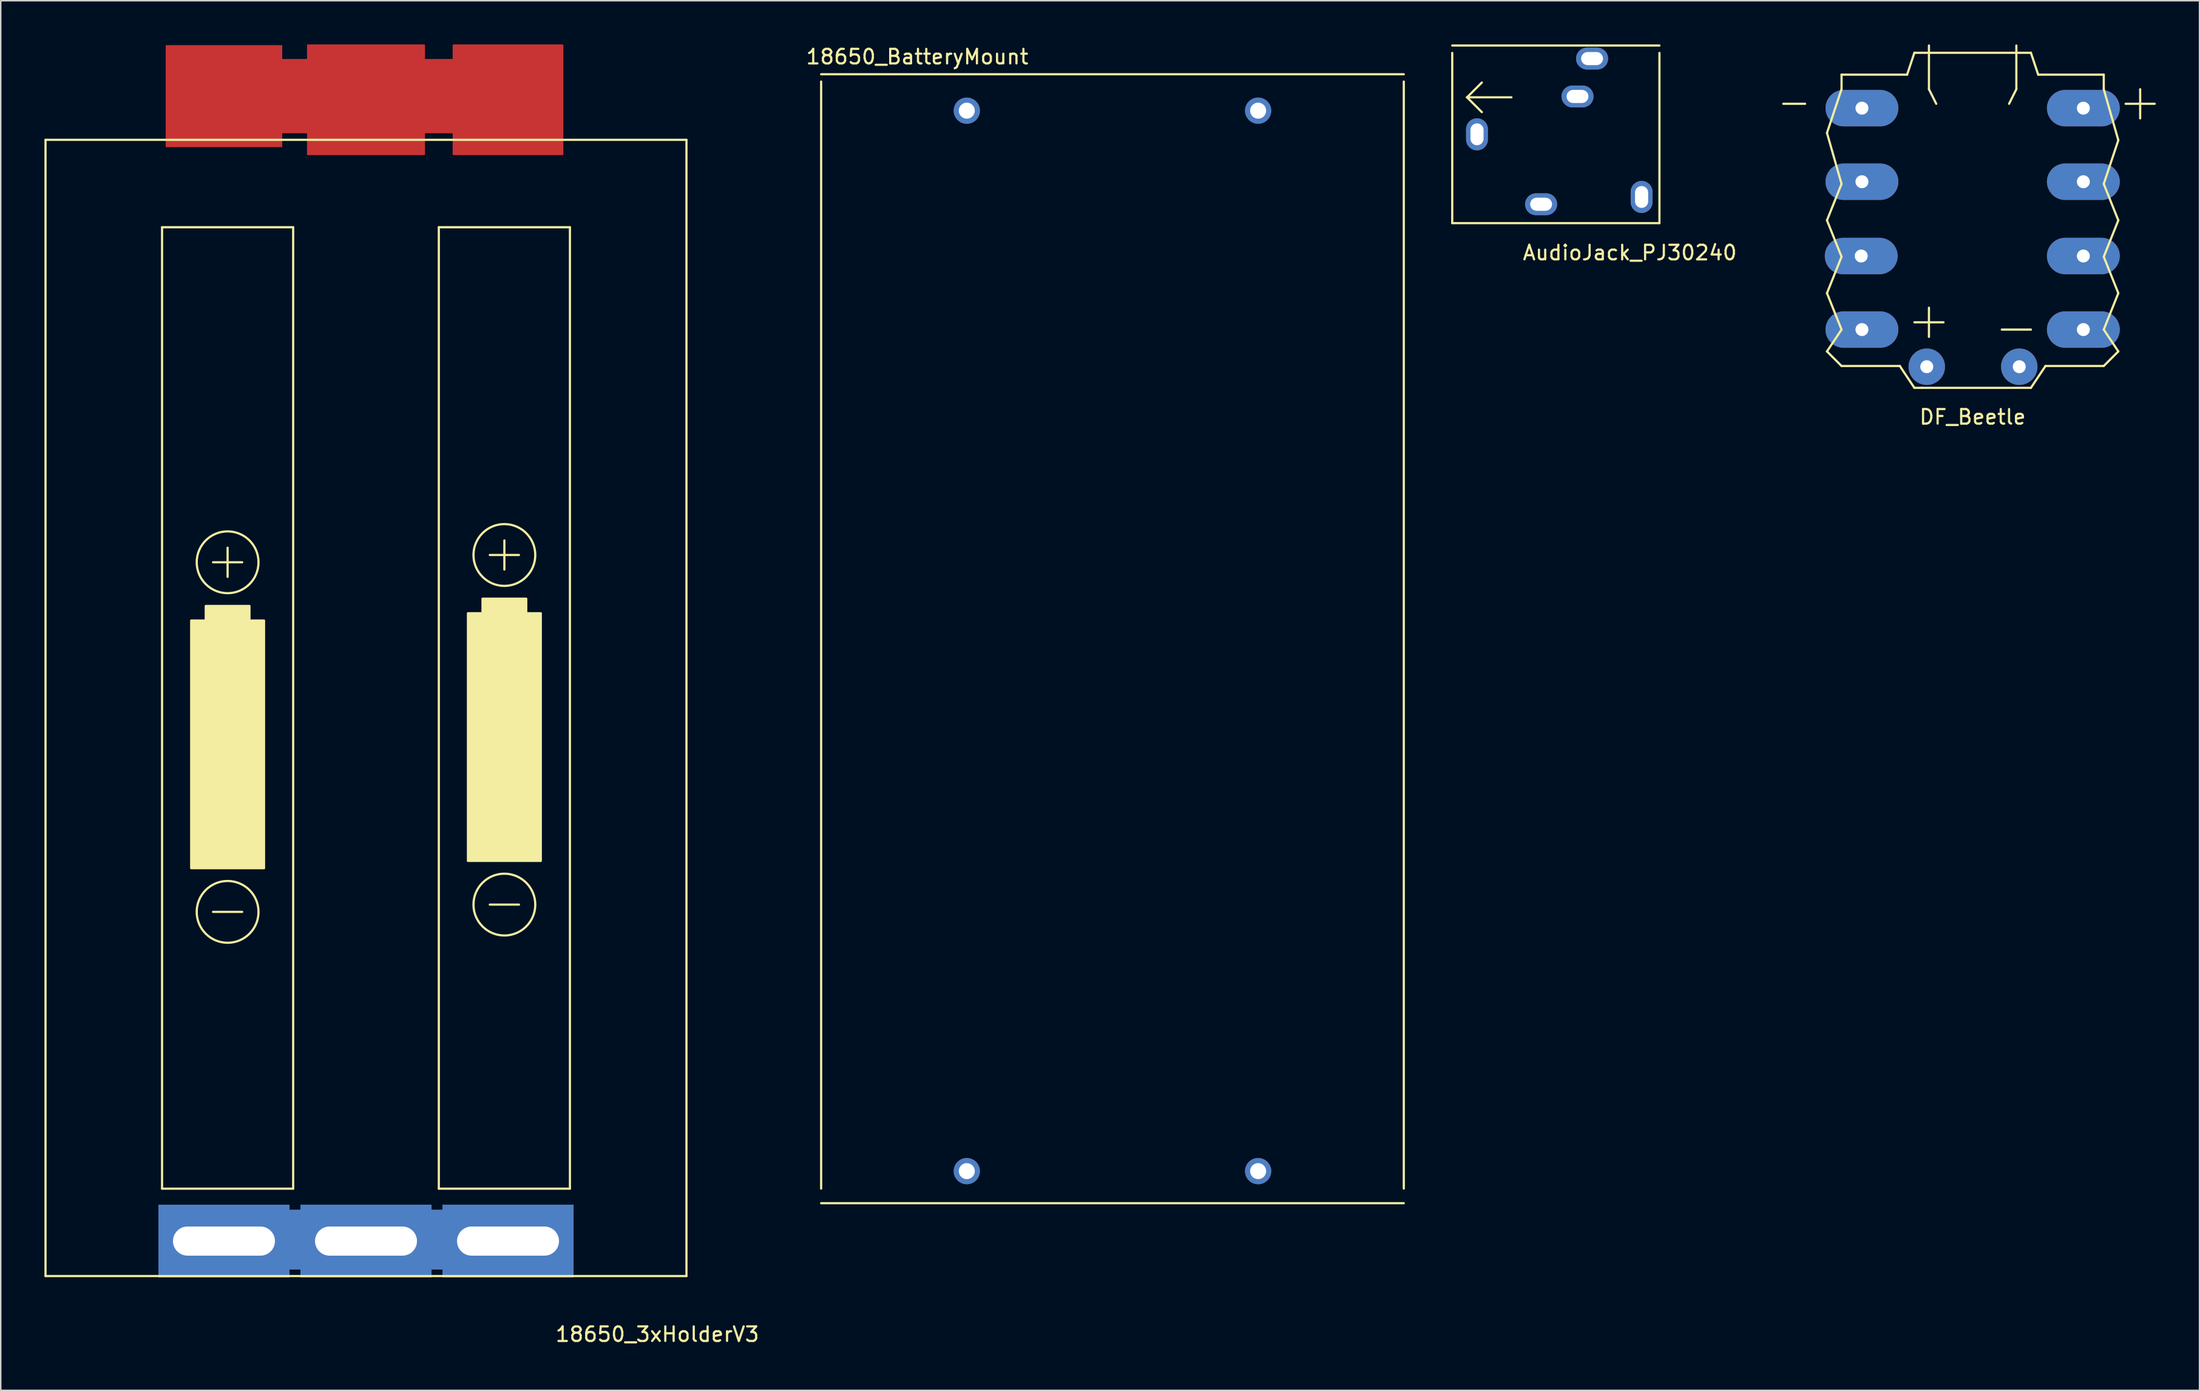
<source format=kicad_pcb>
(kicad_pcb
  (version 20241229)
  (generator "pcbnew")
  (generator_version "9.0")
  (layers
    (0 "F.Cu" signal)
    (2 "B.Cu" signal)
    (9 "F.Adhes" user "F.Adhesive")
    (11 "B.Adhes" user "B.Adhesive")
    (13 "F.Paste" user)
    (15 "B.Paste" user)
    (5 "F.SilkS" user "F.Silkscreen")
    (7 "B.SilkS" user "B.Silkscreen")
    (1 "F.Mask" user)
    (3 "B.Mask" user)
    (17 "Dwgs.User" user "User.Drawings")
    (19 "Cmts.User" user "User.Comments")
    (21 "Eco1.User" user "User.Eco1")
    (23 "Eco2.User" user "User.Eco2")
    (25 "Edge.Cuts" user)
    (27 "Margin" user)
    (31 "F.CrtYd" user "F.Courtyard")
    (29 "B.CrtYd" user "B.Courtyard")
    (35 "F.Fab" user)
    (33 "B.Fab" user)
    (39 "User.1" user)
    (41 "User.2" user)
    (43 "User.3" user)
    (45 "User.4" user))
  (footprint "18650_3xHolderV3"
    (layer "F.Cu")
    (at 22.075 45.55)
    (property "Reference" "18650_3xHolderV3" (at 20 43 0) (layer "F.SilkS") (effects (font (size 1 1) (thickness 0.15))))
    (attr through_hole)
    (fp_line (start -22 -39) (end 22 -39) (stroke (width 0.15) (type solid)) (layer "F.SilkS"))
    (fp_line (start -22 39) (end -22 -39) (stroke (width 0.15) (type solid)) (layer "F.SilkS"))
    (fp_line (start -14 -33) (end -5 -33) (stroke (width 0.15) (type solid)) (layer "F.SilkS"))
    (fp_line (start -14 33) (end -14 -33) (stroke (width 0.15) (type solid)) (layer "F.SilkS"))
    (fp_line (start -10.5 -10) (end -8.5 -10) (stroke (width 0.15) (type solid)) (layer "F.SilkS"))
    (fp_line (start -10.5 14) (end -8.5 14) (stroke (width 0.15) (type solid)) (layer "F.SilkS"))
    (fp_line (start -9.5 -11) (end -9.5 -9) (stroke (width 0.15) (type solid)) (layer "F.SilkS"))
    (fp_line (start -5 -33) (end -5 33) (stroke (width 0.15) (type solid)) (layer "F.SilkS"))
    (fp_line (start -5 33) (end -14 33) (stroke (width 0.15) (type solid)) (layer "F.SilkS"))
    (fp_line (start 5 -33) (end 14 -33) (stroke (width 0.15) (type solid)) (layer "F.SilkS"))
    (fp_line (start 5 33) (end 5 -33) (stroke (width 0.15) (type solid)) (layer "F.SilkS"))
    (fp_line (start 8.5 -10.5) (end 10.5 -10.5) (stroke (width 0.15) (type solid)) (layer "F.SilkS"))
    (fp_line (start 8.5 13.5) (end 10.5 13.5) (stroke (width 0.15) (type solid)) (layer "F.SilkS"))
    (fp_line (start 9.5 -11.5) (end 9.5 -9.5) (stroke (width 0.15) (type solid)) (layer "F.SilkS"))
    (fp_line (start 14 -33) (end 14 33) (stroke (width 0.15) (type solid)) (layer "F.SilkS"))
    (fp_line (start 14 33) (end 5 33) (stroke (width 0.15) (type solid)) (layer "F.SilkS"))
    (fp_line (start 22 -39) (end 22 39) (stroke (width 0.15) (type solid)) (layer "F.SilkS"))
    (fp_line (start 22 39) (end -22 39) (stroke (width 0.15) (type solid)) (layer "F.SilkS"))
    (fp_circle (center -9.5 -10) (end -8 -8.5) (stroke (width 0.15) (type solid)) (fill no) (layer "F.SilkS"))
    (fp_circle (center -9.5 14) (end -8 15.5) (stroke (width 0.15) (type solid)) (fill no) (layer "F.SilkS"))
    (fp_circle (center 9.5 -10.5) (end 11 -9) (stroke (width 0.15) (type solid)) (fill no) (layer "F.SilkS"))
    (fp_circle (center 9.5 13.5) (end 11 15) (stroke (width 0.15) (type solid)) (fill no) (layer "F.SilkS"))
    (fp_poly (pts (xy -12 11) (xy -7 11) (xy -7 -6) (xy -8 -6) (xy -8 -7) (xy -11 -7) (xy -11 -6) (xy -12 -6)) (stroke (width 0.15) (type solid)) (fill yes) (layer "F.SilkS"))
    (fp_poly (pts (xy 7 10.5) (xy 12 10.5) (xy 12 -6.5) (xy 11 -6.5) (xy 11 -7.5) (xy 8 -7.5) (xy 8 -6.5) (xy 7 -6.5)) (stroke (width 0.15) (type solid)) (fill yes) (layer "F.SilkS"))
    (pad "1" smd custom (at -9.75 -42) (size 8 7) (layers "F.Cu" "F.Mask" "F.Paste") (options (anchor rect)) (primitives (gr_poly (pts (xy 13.75 -2.5) (xy 15.75 -2.5) (xy 15.75 -3.5) (xy 23.25 -3.5) (xy 23.25 4) (xy 15.75 4) (xy 15.75 2.5) (xy 13.75 2.5) (xy 13.75 4) (xy 5.75 4) (xy 5.75 2.5) (xy 3.75 2.5) (xy 3.75 -2.5) (xy 5.75 -2.5) (xy 5.75 -3.5) (xy 13.75 -3.5)) (width 0.1) (fill yes))))
    (pad "2" thru_hole custom (at -9.75 36.6) (size 9 5) (drill oval 7 2) (layers "*.Cu" "*.Mask") (options (anchor rect)) (primitives (gr_poly (pts (xy 23.75 1.9) (xy -4.25 1.9) (xy -4.25 -2.1) (xy 23.75 -2.1)) (width 0.1) (fill yes))))
    (pad "2" thru_hole rect (at 0 36.6) (size 9 5) (drill oval 7 2) (layers "*.Cu" "*.Mask"))
    (pad "2" thru_hole rect (at 9.75 36.6) (size 9 5) (drill oval 7 2) (layers "*.Cu" "*.Mask")))
  (footprint "18650_BatteryMount"
    (layer "F.Cu")
    (at 63.32 4.548)
    (property "Reference" "18650_BatteryMount" (at -3.4 -3.7 0) (layer "F.SilkS") (effects (font (size 1 1) (thickness 0.15))))
    (attr through_hole)
    (fp_line (start -10 -2.5) (end 30 -2.5) (stroke (width 0.15) (type solid)) (layer "F.SilkS"))
    (fp_line (start -10 74) (end -10 -2) (stroke (width 0.15) (type solid)) (layer "F.SilkS"))
    (fp_line (start 30 -2) (end 30 74) (stroke (width 0.15) (type solid)) (layer "F.SilkS"))
    (fp_line (start 30 75) (end -10 75) (stroke (width 0.15) (type solid)) (layer "F.SilkS"))
    (pad "1" thru_hole circle (at 0 0) (size 1.8 1.8) (drill 1.1) (layers "*.Cu" "*.Mask"))
    (pad "1" thru_hole circle (at 0 72.8) (size 1.8 1.8) (drill 1.1) (layers "*.Cu" "*.Mask"))
    (pad "2" thru_hole circle (at 20 0) (size 1.8 1.8) (drill 1.1) (layers "*.Cu" "*.Mask"))
    (pad "3" thru_hole circle (at 20 72.8) (size 1.8 1.8) (drill 1.1) (layers "*.Cu" "*.Mask")))
  (footprint "DF_Beetle"
    (layer "F.Cu")
    (at 132.371 12.075)
    (property "Reference" "DF_Beetle" (at 0 13.5 0) (layer "F.SilkS") (effects (font (size 1 1) (thickness 0.15))))
    (attr through_hole)
    (fp_line (start -11.5 -8) (end -13 -8) (stroke (width 0.15) (type solid)) (layer "F.SilkS"))
    (fp_line (start -10 -6) (end -9 -9) (stroke (width 0.15) (type solid)) (layer "F.SilkS"))
    (fp_line (start -10 0) (end -9 -2.5) (stroke (width 0.15) (type solid)) (layer "F.SilkS"))
    (fp_line (start -10 5) (end -9 2.5) (stroke (width 0.15) (type solid)) (layer "F.SilkS"))
    (fp_line (start -10 9) (end -9 7.5) (stroke (width 0.15) (type solid)) (layer "F.SilkS"))
    (fp_line (start -9 -10) (end -9 -9) (stroke (width 0.15) (type solid)) (layer "F.SilkS"))
    (fp_line (start -9 -2.5) (end -10 -6) (stroke (width 0.15) (type solid)) (layer "F.SilkS"))
    (fp_line (start -9 2.5) (end -10 0) (stroke (width 0.15) (type solid)) (layer "F.SilkS"))
    (fp_line (start -9 7.5) (end -10 5) (stroke (width 0.15) (type solid)) (layer "F.SilkS"))
    (fp_line (start -9 10) (end -10 9) (stroke (width 0.15) (type solid)) (layer "F.SilkS"))
    (fp_line (start -5 10) (end -9 10) (stroke (width 0.15) (type solid)) (layer "F.SilkS"))
    (fp_line (start -4.5 -10) (end -9 -10) (stroke (width 0.15) (type solid)) (layer "F.SilkS"))
    (fp_line (start -4 -11.5) (end -4.5 -10) (stroke (width 0.15) (type solid)) (layer "F.SilkS"))
    (fp_line (start -4 7) (end -2 7) (stroke (width 0.15) (type solid)) (layer "F.SilkS"))
    (fp_line (start -4 11.5) (end -5 10) (stroke (width 0.15) (type solid)) (layer "F.SilkS"))
    (fp_line (start -3.5 11.5) (end -4 11.5) (stroke (width 0.15) (type solid)) (layer "F.SilkS"))
    (fp_line (start -3 -12) (end -3 -9) (stroke (width 0.15) (type solid)) (layer "F.SilkS"))
    (fp_line (start -3 -9) (end -2.5 -8) (stroke (width 0.15) (type solid)) (layer "F.SilkS"))
    (fp_line (start -3 8) (end -3 6) (stroke (width 0.15) (type solid)) (layer "F.SilkS"))
    (fp_line (start 2 7.5) (end 4 7.5) (stroke (width 0.15) (type solid)) (layer "F.SilkS"))
    (fp_line (start 3 -12) (end 3 -9) (stroke (width 0.15) (type solid)) (layer "F.SilkS"))
    (fp_line (start 3 -9) (end 2.5 -8) (stroke (width 0.15) (type solid)) (layer "F.SilkS"))
    (fp_line (start 4 -11.5) (end -4 -11.5) (stroke (width 0.15) (type solid)) (layer "F.SilkS"))
    (fp_line (start 4 -11.5) (end 4.5 -10) (stroke (width 0.15) (type solid)) (layer "F.SilkS"))
    (fp_line (start 4 11.5) (end -3.5 11.5) (stroke (width 0.15) (type solid)) (layer "F.SilkS"))
    (fp_line (start 4.5 -10) (end 9 -10) (stroke (width 0.15) (type solid)) (layer "F.SilkS"))
    (fp_line (start 5 10) (end 4 11.5) (stroke (width 0.15) (type solid)) (layer "F.SilkS"))
    (fp_line (start 5 10) (end 9 10) (stroke (width 0.15) (type solid)) (layer "F.SilkS"))
    (fp_line (start 9 -10) (end 9 -9) (stroke (width 0.15) (type solid)) (layer "F.SilkS"))
    (fp_line (start 9 -9) (end 10 -5.5) (stroke (width 0.15) (type solid)) (layer "F.SilkS"))
    (fp_line (start 9 2.5) (end 10 0) (stroke (width 0.15) (type solid)) (layer "F.SilkS"))
    (fp_line (start 9 7.5) (end 10 5) (stroke (width 0.15) (type solid)) (layer "F.SilkS"))
    (fp_line (start 9 10) (end 10 9) (stroke (width 0.15) (type solid)) (layer "F.SilkS"))
    (fp_line (start 10 -5.5) (end 9 -2.5) (stroke (width 0.15) (type solid)) (layer "F.SilkS"))
    (fp_line (start 10 0) (end 9 -2.5) (stroke (width 0.15) (type solid)) (layer "F.SilkS"))
    (fp_line (start 10 5) (end 9 2.5) (stroke (width 0.15) (type solid)) (layer "F.SilkS"))
    (fp_line (start 10 9) (end 9 7.5) (stroke (width 0.15) (type solid)) (layer "F.SilkS"))
    (fp_line (start 10.5 -8) (end 12.5 -8) (stroke (width 0.15) (type solid)) (layer "F.SilkS"))
    (fp_line (start 11.5 -7) (end 11.5 -9) (stroke (width 0.15) (type solid)) (layer "F.SilkS"))
    (pad "1" thru_hole oval (at -7.6 -7.7) (size 5 2.5) (drill 0.89) (layers "*.Cu" "*.Mask"))
    (pad "2" thru_hole oval (at 7.6 -7.7) (size 5 2.5) (drill 0.89) (layers "*.Cu" "*.Mask"))
    (pad "3" thru_hole oval (at -7.6 -2.65) (size 5 2.5) (drill 0.89) (layers "*.Cu" "*.Mask"))
    (pad "4" thru_hole oval (at 7.6 -2.65) (size 5 2.5) (drill 0.89) (layers "*.Cu" "*.Mask"))
    (pad "5" thru_hole oval (at -7.65 2.45) (size 5 2.5) (drill 0.89) (layers "*.Cu" "*.Mask"))
    (pad "6" thru_hole oval (at 7.6 2.45) (size 5 2.5) (drill 0.89) (layers "*.Cu" "*.Mask"))
    (pad "7" thru_hole oval (at -7.6 7.5) (size 5 2.5) (drill 0.89) (layers "*.Cu" "*.Mask"))
    (pad "8" thru_hole oval (at 7.6 7.5) (size 5 2.5) (drill 0.89) (layers "*.Cu" "*.Mask"))
    (pad "9" thru_hole circle (at -3.15 10.05) (size 2.5 2.5) (drill 0.89) (layers "*.Cu" "*.Mask"))
    (pad "10" thru_hole circle (at 3.2 10.05) (size 2.5 2.5) (drill 0.89) (layers "*.Cu" "*.Mask")))
  (footprint "AudioJack_PJ30240"
    (layer "F.Cu")
    (at 96.645 6.171)
    (property "Reference" "AudioJack_PJ30240" (at 12.192 8.128 0) (layer "F.SilkS") (effects (font (size 1 1) (thickness 0.15))))
    (attr through_hole)
    (fp_line (start 0 -6.096) (end 14.224 -6.096) (stroke (width 0.15) (type solid)) (layer "F.SilkS"))
    (fp_line (start 0 6.096) (end 0 -5.588) (stroke (width 0.15) (type solid)) (layer "F.SilkS"))
    (fp_line (start 1.016 -2.54) (end 2.032 -1.524) (stroke (width 0.15) (type solid)) (layer "F.SilkS"))
    (fp_line (start 1.016 -2.54) (end 4.064 -2.54) (stroke (width 0.15) (type solid)) (layer "F.SilkS"))
    (fp_line (start 2.032 -3.556) (end 1.016 -2.54) (stroke (width 0.15) (type solid)) (layer "F.SilkS"))
    (fp_line (start 14.224 -5.588) (end 14.224 6.096) (stroke (width 0.15) (type solid)) (layer "F.SilkS"))
    (fp_line (start 14.224 6.096) (end 0 6.096) (stroke (width 0.15) (type solid)) (layer "F.SilkS"))
    (pad "1" thru_hole oval (at 1.7 0) (size 1.5 2.2) (drill oval 0.9 1.5) (layers "*.Cu" "*.Mask"))
    (pad "2" thru_hole oval (at 6.1 4.8) (size 2.2 1.5) (drill oval 1.5 0.9) (layers "*.Cu" "*.Mask"))
    (pad "3" thru_hole oval (at 9.6 -5.2) (size 2.2 1.5) (drill oval 1.5 0.9) (layers "*.Cu" "*.Mask"))
    (pad "4" thru_hole oval (at 13 4.3) (size 1.5 2.2) (drill oval 0.9 1.5) (layers "*.Cu" "*.Mask"))
    (pad "5" thru_hole oval (at 8.6 -2.6) (size 2.2 1.5) (drill oval 1.5 0.9) (layers "*.Cu" "*.Mask")))
  (gr_rect
    (start -3 -3)
    (end 147.946 92.398)
    (stroke (width 0.1) (type default))
    (fill no)
    (layer "Edge.Cuts")))
</source>
